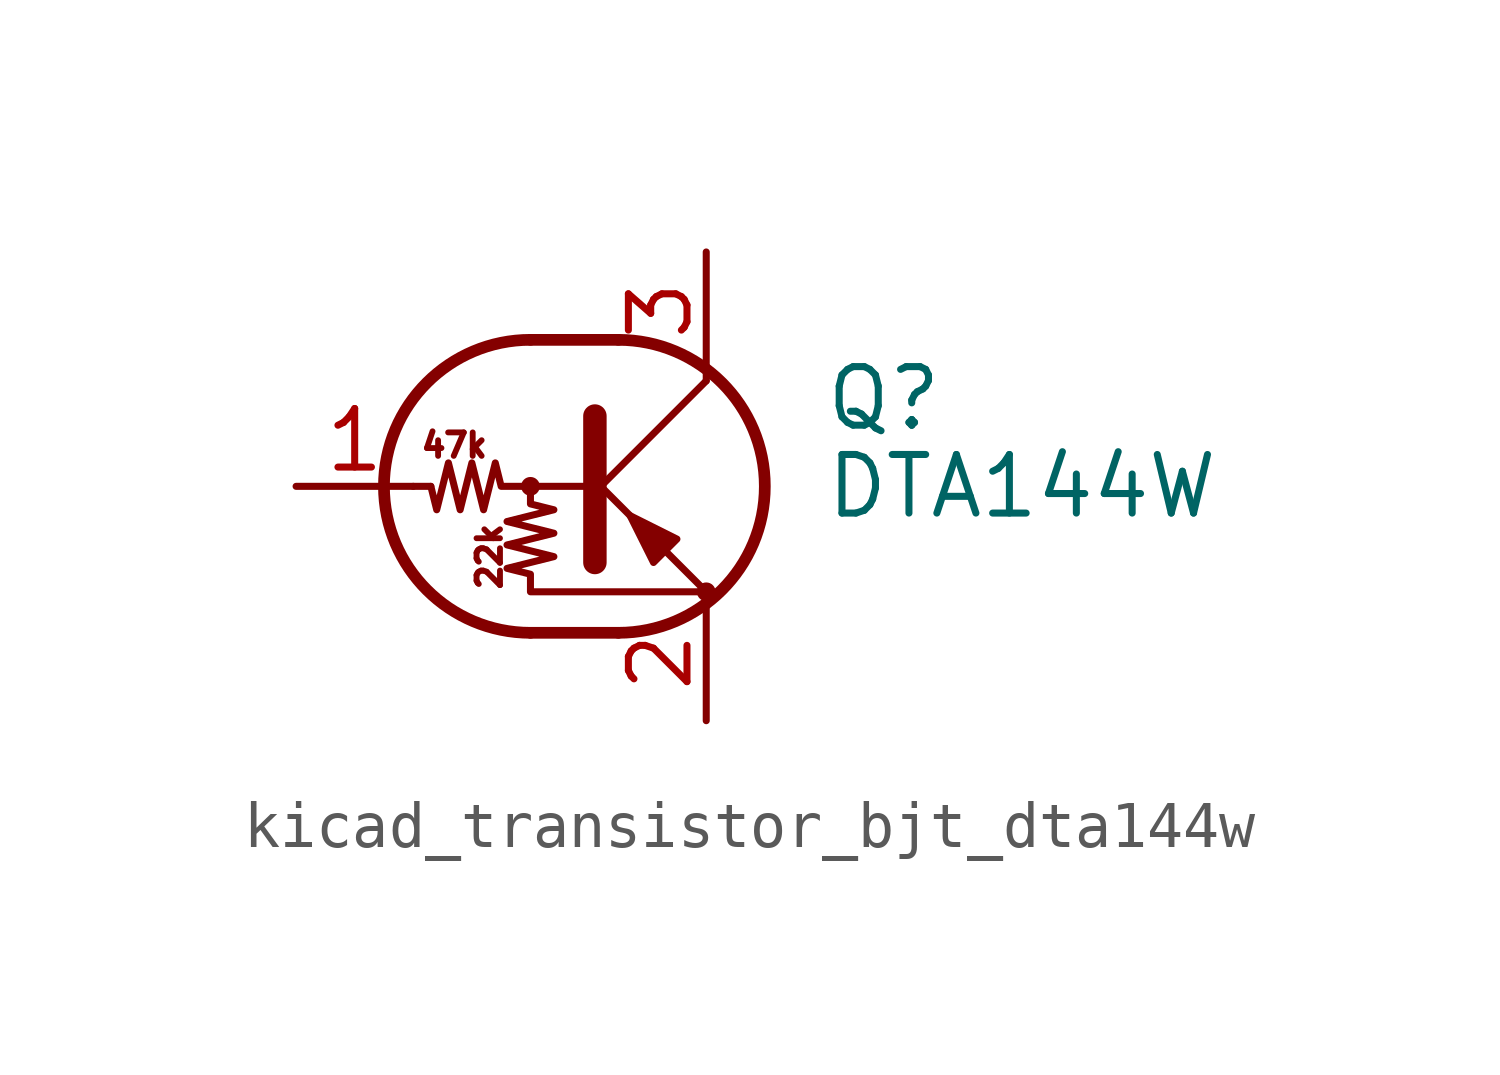
<source format=kicad_sym>
(kicad_symbol_lib
  (version 20220914)
  (generator kicad_symbol_editor)
  (symbol "kicad_transistor_bjt_dta144w"
    (pin_names
      (offset 0) hide)
    (property "Reference" "Q"
      (at 5.08 1.905 0)
      (effects (font (size 1.27 1.27)) (justify left)))
    (property "Value" "DTA144W"
      (at 5.08 0 0)
      (effects (font (size 1.27 1.27)) (justify left)))
    (symbol "kicad_transistor_bjt_dta144w_0_0"
      (text "22k" (at -2.159 -1.524 900) (effects (font (size 0.508 0.508))))
      (text "47k" (at -2.921 0.889 0) (effects (font (size 0.508 0.508)))))
    (symbol "kicad_transistor_bjt_dta144w_0_1"
      (circle (center -1.27 0) (radius 0.127) (stroke (width 0) (type default)) (fill (type none)))
      (arc (start -1.27 3.175) (mid -4.4312 0) (end -1.27 -3.175) (stroke (width 0.254) (type default)) (fill (type none)))
      (polyline (pts (xy -3.429 0) (xy -3.81 0)) (stroke (width 0) (type default)) (fill (type none)))
      (polyline (pts (xy -1.27 -3.175) (xy 0.635 -3.175)) (stroke (width 0.254) (type default)) (fill (type none)))
      (polyline (pts (xy -1.27 3.175) (xy 0.635 3.175)) (stroke (width 0.254) (type default)) (fill (type none)))
      (polyline (pts (xy 0 -0.254) (xy 2.54 2.286)) (stroke (width 0) (type default)) (fill (type none)))
      (polyline (pts (xy 0.127 1.524) (xy 0.127 -1.651)) (stroke (width 0.508) (type default)) (fill (type outline)))
      (polyline (pts (xy 2.54 2.286) (xy 2.54 2.54)) (stroke (width 0) (type default)) (fill (type none)))
      (polyline (pts (xy 2.54 -2.286) (xy 0 0.254) (xy 0 0.254)) (stroke (width 0) (type default)) (fill (type none)))
      (polyline (pts (xy 1.397 -1.651) (xy 1.905 -1.143) (xy 0.889 -0.635) (xy 1.397 -1.651)) (stroke (width 0) (type default)) (fill (type outline)))
      (polyline (pts (xy 0 0) (xy -1.905 0) (xy -2.032 0.508) (xy -2.286 -0.508) (xy -2.54 0.508) (xy -2.794 -0.508) (xy -3.048 0.508) (xy -3.302 -0.508) (xy -3.429 0)) (stroke (width 0) (type default)) (fill (type none)))
      (polyline (pts (xy -1.27 0) (xy -1.27 -0.381) (xy -0.762 -0.508) (xy -1.778 -0.762) (xy -0.762 -1.016) (xy -1.778 -1.27) (xy -0.762 -1.524) (xy -1.778 -1.778) (xy -1.27 -1.905) (xy -1.27 -2.286) (xy 2.54 -2.286)) (stroke (width 0) (type default)) (fill (type none)))
      (arc (start 0.635 -3.175) (mid 3.7962 0) (end 0.635 3.175) (stroke (width 0.254) (type default)) (fill (type none)))
      (circle (center 2.54 -2.286) (radius 0.127) (stroke (width 0) (type default)) (fill (type none))))
    (symbol "kicad_transistor_bjt_dta144w_1_1"
      (pin input line (at -6.35 0 0) (length 2.54) (name "B" (effects (font (size 1.27 1.27)))) (number "1" (effects (font (size 1.27 1.27)))))
      (pin passive line (at 2.54 -5.08 90) (length 2.54) (name "E" (effects (font (size 1.27 1.27)))) (number "2" (effects (font (size 1.27 1.27)))))
      (pin passive line (at 2.54 5.08 270) (length 2.54) (name "C" (effects (font (size 1.27 1.27)))) (number "3" (effects (font (size 1.27 1.27))))))))
</source>
